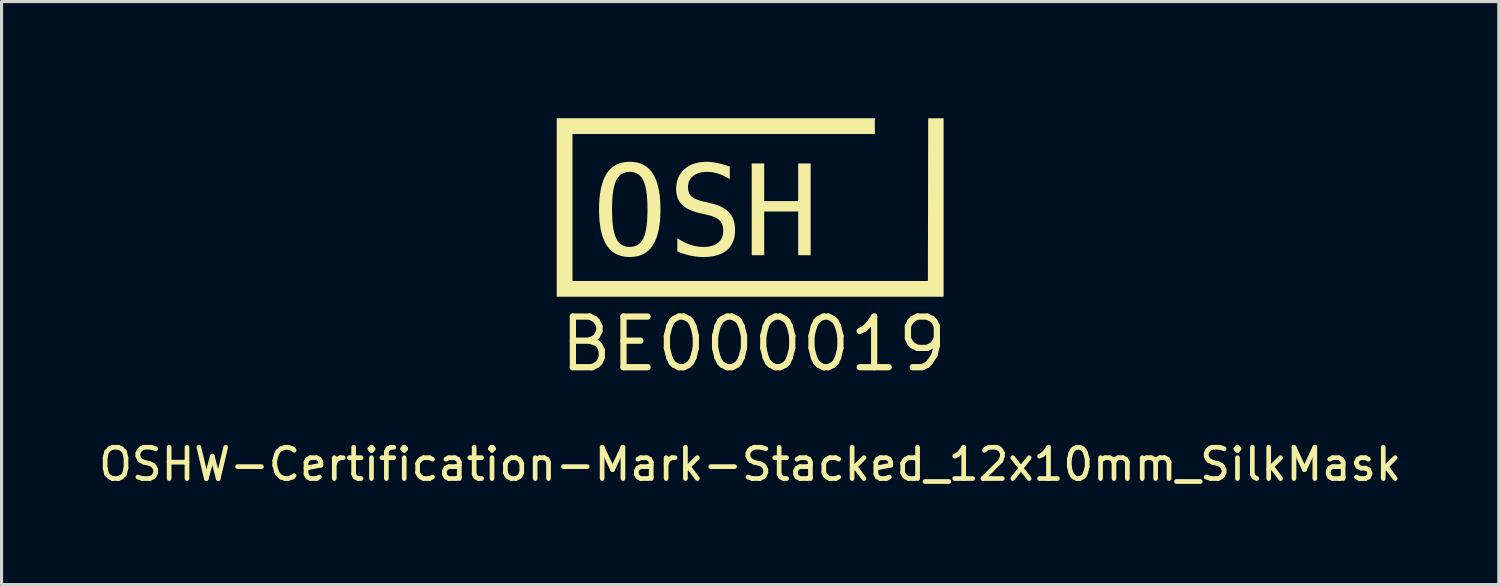
<source format=kicad_pcb>
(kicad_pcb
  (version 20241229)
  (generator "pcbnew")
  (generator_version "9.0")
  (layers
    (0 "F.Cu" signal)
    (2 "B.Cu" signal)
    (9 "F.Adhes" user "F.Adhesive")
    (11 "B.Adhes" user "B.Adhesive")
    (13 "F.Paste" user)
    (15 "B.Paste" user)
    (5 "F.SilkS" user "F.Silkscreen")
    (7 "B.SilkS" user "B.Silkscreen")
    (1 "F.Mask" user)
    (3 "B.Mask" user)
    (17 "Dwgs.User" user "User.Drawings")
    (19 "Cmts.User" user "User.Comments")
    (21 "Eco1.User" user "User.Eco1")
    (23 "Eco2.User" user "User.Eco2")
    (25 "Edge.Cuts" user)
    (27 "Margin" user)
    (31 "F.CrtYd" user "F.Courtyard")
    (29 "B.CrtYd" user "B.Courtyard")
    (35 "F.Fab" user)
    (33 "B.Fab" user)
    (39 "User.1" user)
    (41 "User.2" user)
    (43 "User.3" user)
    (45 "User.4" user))
  (footprint "OSHW-Certification-Mark-Stacked_12x10mm_SilkMask"
    (layer "F.Cu")
    (at 20.958 4.41)
    (property "Reference" "OSHW-Certification-Mark-Stacked_12x10mm_SilkMask" (at 0.000231 7.4 0) (unlocked yes) (layer "F.SilkS") (effects (font (size 1 1) (thickness 0.15))))
    (attr board_only exclude_from_pos_files exclude_from_bom allow_missing_courtyard)
    (fp_poly (pts (xy 4.19 0.708) (xy 3.814 0.708) (xy 3.415 -1.037) (xy 3.018 0.708) (xy 2.642 0.708) (xy 2.204 -2.229) (xy 2.591 -2.229) (xy 2.872 0.155) (xy 3.207 -1.422) (xy 3.622 -1.422) (xy 3.96 0.159) (xy 4.912 -4.41) (xy 5.3 -4.41)) (stroke (width 0) (type solid)) (fill yes) (layer "F.Mask"))
    (fp_poly (pts (xy -2.871 -0.758) (xy -2.871 -0.758) (xy -2.871 -0.758)) (stroke (width 0) (type solid)) (fill yes) (layer "F.SilkS"))
    (fp_poly (pts (xy 6.191 2.037) (xy -6.191 2.037) (xy -6.191 -3.674) (xy -6.191 -3.674) (xy 3.991 -3.674) (xy 3.991 -3.171) (xy -5.687 -3.171) (xy -5.687 1.533) (xy 5.688 1.533) (xy 5.698 -3.674) (xy 6.191 -3.674)) (stroke (width 0) (type solid)) (fill yes) (layer "F.SilkS"))
    (fp_poly (pts (xy 0.449 -1.025) (xy 1.537 -1.025) (xy 1.537 -2.229) (xy 1.936 -2.229) (xy 1.936 0.708) (xy 1.537 0.708) (xy 1.537 -0.691) (xy 0.449 -0.691) (xy 0.449 0.708) (xy 0.05 0.708) (xy 0.05 -2.229) (xy 0.449 -2.229)) (stroke (width 0) (type solid)) (fill yes) (layer "F.SilkS"))
    (fp_poly (pts (xy -3.793 -2.28) (xy -3.734 -2.276) (xy -3.677 -2.268) (xy -3.621 -2.258) (xy -3.568 -2.245) (xy -3.517 -2.229) (xy -3.468 -2.209) (xy -3.42 -2.187) (xy -3.375 -2.162) (xy -3.332 -2.134) (xy -3.291 -2.103) (xy -3.252 -2.069) (xy -3.214 -2.032) (xy -3.179 -1.993) (xy -3.146 -1.95) (xy -3.115 -1.904) (xy -3.085 -1.855) (xy -3.057 -1.804) (xy -3.032 -1.749) (xy -3.008 -1.691) (xy -2.986 -1.63) (xy -2.966 -1.566) (xy -2.948 -1.499) (xy -2.932 -1.429) (xy -2.917 -1.356) (xy -2.905 -1.279) (xy -2.895 -1.2) (xy -2.886 -1.118) (xy -2.879 -1.032) (xy -2.875 -0.944) (xy -2.872 -0.852) (xy -2.871 -0.758) (xy -2.872 -0.663) (xy -2.875 -0.572) (xy -2.879 -0.484) (xy -2.886 -0.398) (xy -2.895 -0.316) (xy -2.905 -0.237) (xy -2.917 -0.161) (xy -2.932 -0.088) (xy -2.948 -0.018) (xy -2.966 0.049) (xy -2.986 0.113) (xy -3.008 0.174) (xy -3.032 0.232) (xy -3.057 0.286) (xy -3.085 0.338) (xy -3.115 0.387) (xy -3.13 0.41) (xy -3.146 0.433) (xy -3.162 0.454) (xy -3.179 0.475) (xy -3.196 0.496) (xy -3.214 0.515) (xy -3.233 0.534) (xy -3.252 0.552) (xy -3.271 0.57) (xy -3.291 0.586) (xy -3.311 0.602) (xy -3.332 0.617) (xy -3.353 0.631) (xy -3.375 0.645) (xy -3.398 0.658) (xy -3.42 0.67) (xy -3.444 0.682) (xy -3.468 0.692) (xy -3.492 0.702) (xy -3.517 0.711) (xy -3.542 0.72) (xy -3.568 0.728) (xy -3.594 0.735) (xy -3.621 0.741) (xy -3.649 0.747) (xy -3.677 0.751) (xy -3.734 0.759) (xy -3.793 0.763) (xy -3.854 0.765) (xy -3.915 0.763) (xy -3.975 0.759) (xy -4.032 0.751) (xy -4.087 0.741) (xy -4.14 0.728) (xy -4.191 0.712) (xy -4.241 0.693) (xy -4.288 0.671) (xy -4.333 0.646) (xy -4.376 0.618) (xy -4.417 0.587) (xy -4.457 0.553) (xy -4.494 0.517) (xy -4.529 0.477) (xy -4.562 0.434) (xy -4.594 0.389) (xy -4.623 0.34) (xy -4.65 0.289) (xy -4.676 0.234) (xy -4.699 0.176) (xy -4.721 0.116) (xy -4.741 0.052) (xy -4.759 -0.015) (xy -4.775 -0.086) (xy -4.789 -0.159) (xy -4.801 -0.235) (xy -4.812 -0.314) (xy -4.82 -0.397) (xy -4.827 -0.482) (xy -4.832 -0.571) (xy -4.835 -0.663) (xy -4.835 -0.758) (xy -4.421 -0.758) (xy -4.418 -0.602) (xy -4.412 -0.458) (xy -4.402 -0.326) (xy -4.388 -0.204) (xy -4.379 -0.148) (xy -4.369 -0.095) (xy -4.358 -0.044) (xy -4.346 0.003) (xy -4.334 0.048) (xy -4.32 0.09) (xy -4.305 0.129) (xy -4.289 0.165) (xy -4.271 0.198) (xy -4.262 0.214) (xy -4.253 0.23) (xy -4.243 0.245) (xy -4.233 0.259) (xy -4.222 0.273) (xy -4.211 0.286) (xy -4.2 0.299) (xy -4.189 0.311) (xy -4.177 0.323) (xy -4.165 0.334) (xy -4.153 0.344) (xy -4.14 0.354) (xy -4.127 0.364) (xy -4.113 0.373) (xy -4.099 0.381) (xy -4.085 0.389) (xy -4.071 0.396) (xy -4.056 0.403) (xy -4.041 0.409) (xy -4.026 0.415) (xy -4.01 0.42) (xy -3.994 0.425) (xy -3.978 0.429) (xy -3.961 0.432) (xy -3.944 0.435) (xy -3.927 0.438) (xy -3.909 0.44) (xy -3.891 0.441) (xy -3.854 0.442) (xy -3.817 0.441) (xy -3.781 0.438) (xy -3.747 0.432) (xy -3.713 0.425) (xy -3.682 0.415) (xy -3.651 0.403) (xy -3.622 0.389) (xy -3.594 0.373) (xy -3.568 0.355) (xy -3.542 0.334) (xy -3.519 0.312) (xy -3.496 0.287) (xy -3.475 0.26) (xy -3.455 0.231) (xy -3.437 0.2) (xy -3.419 0.167) (xy -3.403 0.131) (xy -3.388 0.092) (xy -3.374 0.05) (xy -3.361 0.005) (xy -3.349 -0.043) (xy -3.338 -0.093) (xy -3.328 -0.147) (xy -3.319 -0.203) (xy -3.311 -0.262) (xy -3.305 -0.324) (xy -3.299 -0.389) (xy -3.294 -0.457) (xy -3.29 -0.528) (xy -3.288 -0.602) (xy -3.286 -0.678) (xy -3.286 -0.758) (xy -3.288 -0.914) (xy -3.294 -1.058) (xy -3.305 -1.191) (xy -3.319 -1.312) (xy -3.328 -1.369) (xy -3.338 -1.422) (xy -3.349 -1.473) (xy -3.361 -1.52) (xy -3.374 -1.565) (xy -3.388 -1.607) (xy -3.403 -1.646) (xy -3.419 -1.682) (xy -3.437 -1.716) (xy -3.446 -1.732) (xy -3.455 -1.747) (xy -3.465 -1.762) (xy -3.475 -1.776) (xy -3.485 -1.79) (xy -3.496 -1.803) (xy -3.507 -1.816) (xy -3.519 -1.828) (xy -3.53 -1.84) (xy -3.542 -1.851) (xy -3.555 -1.861) (xy -3.568 -1.872) (xy -3.581 -1.881) (xy -3.594 -1.89) (xy -3.608 -1.898) (xy -3.622 -1.906) (xy -3.636 -1.913) (xy -3.651 -1.92) (xy -3.666 -1.927) (xy -3.682 -1.932) (xy -3.697 -1.937) (xy -3.713 -1.942) (xy -3.73 -1.946) (xy -3.747 -1.95) (xy -3.764 -1.953) (xy -3.781 -1.955) (xy -3.799 -1.957) (xy -3.817 -1.958) (xy -3.854 -1.959) (xy -3.891 -1.958) (xy -3.927 -1.955) (xy -3.961 -1.95) (xy -3.994 -1.942) (xy -4.026 -1.932) (xy -4.056 -1.92) (xy -4.085 -1.906) (xy -4.113 -1.89) (xy -4.14 -1.872) (xy -4.165 -1.851) (xy -4.189 -1.828) (xy -4.211 -1.803) (xy -4.233 -1.776) (xy -4.253 -1.747) (xy -4.271 -1.716) (xy -4.289 -1.682) (xy -4.305 -1.646) (xy -4.32 -1.607) (xy -4.334 -1.565) (xy -4.346 -1.52) (xy -4.358 -1.473) (xy -4.369 -1.422) (xy -4.379 -1.369) (xy -4.388 -1.312) (xy -4.395 -1.253) (xy -4.402 -1.191) (xy -4.408 -1.126) (xy -4.412 -1.058) (xy -4.416 -0.987) (xy -4.418 -0.914) (xy -4.42 -0.837) (xy -4.421 -0.758) (xy -4.835 -0.758) (xy -4.835 -0.758) (xy -4.835 -0.852) (xy -4.832 -0.944) (xy -4.827 -1.032) (xy -4.82 -1.118) (xy -4.812 -1.2) (xy -4.801 -1.279) (xy -4.789 -1.356) (xy -4.775 -1.429) (xy -4.759 -1.499) (xy -4.741 -1.566) (xy -4.721 -1.63) (xy -4.699 -1.691) (xy -4.676 -1.749) (xy -4.65 -1.804) (xy -4.623 -1.855) (xy -4.594 -1.904) (xy -4.578 -1.927) (xy -4.562 -1.95) (xy -4.546 -1.972) (xy -4.529 -1.993) (xy -4.511 -2.013) (xy -4.493 -2.032) (xy -4.475 -2.051) (xy -4.456 -2.069) (xy -4.436 -2.087) (xy -4.417 -2.103) (xy -4.396 -2.119) (xy -4.375 -2.134) (xy -4.354 -2.149) (xy -4.332 -2.162) (xy -4.31 -2.175) (xy -4.287 -2.187) (xy -4.263 -2.199) (xy -4.24 -2.209) (xy -4.215 -2.219) (xy -4.19 -2.229) (xy -4.165 -2.237) (xy -4.139 -2.245) (xy -4.113 -2.252) (xy -4.086 -2.258) (xy -4.031 -2.268) (xy -3.974 -2.276) (xy -3.915 -2.28) (xy -3.854 -2.282)) (stroke (width 0) (type solid)) (fill yes) (layer "F.SilkS"))
    (fp_poly (pts (xy -1.359 -2.281) (xy -1.315 -2.279) (xy -1.272 -2.276) (xy -1.228 -2.271) (xy -1.183 -2.266) (xy -1.137 -2.259) (xy -1.092 -2.251) (xy -1.045 -2.242) (xy -0.998 -2.232) (xy -0.95 -2.221) (xy -0.902 -2.208) (xy -0.853 -2.195) (xy -0.804 -2.18) (xy -0.754 -2.164) (xy -0.703 -2.146) (xy -0.652 -2.128) (xy -0.652 -1.725) (xy -0.697 -1.753) (xy -0.742 -1.779) (xy -0.788 -1.804) (xy -0.833 -1.826) (xy -0.879 -1.847) (xy -0.924 -1.867) (xy -0.97 -1.884) (xy -1.016 -1.9) (xy -1.061 -1.914) (xy -1.106 -1.926) (xy -1.152 -1.936) (xy -1.198 -1.944) (xy -1.243 -1.95) (xy -1.289 -1.955) (xy -1.335 -1.958) (xy -1.381 -1.959) (xy -1.416 -1.958) (xy -1.45 -1.957) (xy -1.483 -1.954) (xy -1.515 -1.95) (xy -1.546 -1.946) (xy -1.576 -1.94) (xy -1.605 -1.934) (xy -1.633 -1.926) (xy -1.66 -1.917) (xy -1.687 -1.907) (xy -1.712 -1.896) (xy -1.737 -1.885) (xy -1.761 -1.872) (xy -1.783 -1.858) (xy -1.805 -1.843) (xy -1.826 -1.827) (xy -1.846 -1.81) (xy -1.864 -1.793) (xy -1.881 -1.775) (xy -1.897 -1.756) (xy -1.912 -1.737) (xy -1.925 -1.717) (xy -1.937 -1.696) (xy -1.948 -1.674) (xy -1.958 -1.652) (xy -1.966 -1.629) (xy -1.973 -1.605) (xy -1.979 -1.58) (xy -1.983 -1.555) (xy -1.987 -1.529) (xy -1.988 -1.502) (xy -1.989 -1.475) (xy -1.989 -1.451) (xy -1.987 -1.428) (xy -1.985 -1.405) (xy -1.982 -1.383) (xy -1.979 -1.362) (xy -1.974 -1.342) (xy -1.969 -1.322) (xy -1.963 -1.303) (xy -1.956 -1.285) (xy -1.948 -1.268) (xy -1.939 -1.251) (xy -1.929 -1.235) (xy -1.919 -1.22) (xy -1.908 -1.205) (xy -1.896 -1.191) (xy -1.883 -1.178) (xy -1.869 -1.165) (xy -1.853 -1.153) (xy -1.836 -1.141) (xy -1.817 -1.129) (xy -1.797 -1.117) (xy -1.776 -1.106) (xy -1.753 -1.095) (xy -1.729 -1.084) (xy -1.703 -1.073) (xy -1.675 -1.063) (xy -1.647 -1.053) (xy -1.617 -1.043) (xy -1.585 -1.034) (xy -1.552 -1.025) (xy -1.518 -1.016) (xy -1.482 -1.007) (xy -1.273 -0.96) (xy -1.223 -0.947) (xy -1.174 -0.934) (xy -1.126 -0.92) (xy -1.081 -0.905) (xy -1.037 -0.889) (xy -0.995 -0.872) (xy -0.955 -0.854) (xy -0.916 -0.836) (xy -0.88 -0.816) (xy -0.845 -0.796) (xy -0.811 -0.775) (xy -0.78 -0.753) (xy -0.75 -0.73) (xy -0.722 -0.707) (xy -0.696 -0.682) (xy -0.671 -0.657) (xy -0.649 -0.63) (xy -0.627 -0.603) (xy -0.607 -0.574) (xy -0.589 -0.544) (xy -0.572 -0.513) (xy -0.556 -0.481) (xy -0.542 -0.447) (xy -0.53 -0.413) (xy -0.519 -0.377) (xy -0.509 -0.34) (xy -0.501 -0.302) (xy -0.494 -0.263) (xy -0.489 -0.223) (xy -0.486 -0.181) (xy -0.483 -0.138) (xy -0.483 -0.094) (xy -0.484 -0.043) (xy -0.487 0.007) (xy -0.492 0.056) (xy -0.499 0.103) (xy -0.508 0.148) (xy -0.519 0.192) (xy -0.532 0.234) (xy -0.548 0.275) (xy -0.565 0.314) (xy -0.584 0.352) (xy -0.605 0.388) (xy -0.629 0.422) (xy -0.654 0.455) (xy -0.681 0.487) (xy -0.711 0.517) (xy -0.742 0.545) (xy -0.776 0.572) (xy -0.811 0.596) (xy -0.848 0.62) (xy -0.887 0.641) (xy -0.928 0.661) (xy -0.97 0.679) (xy -1.015 0.695) (xy -1.061 0.71) (xy -1.109 0.723) (xy -1.159 0.734) (xy -1.211 0.744) (xy -1.264 0.751) (xy -1.32 0.757) (xy -1.377 0.762) (xy -1.436 0.764) (xy -1.497 0.765) (xy -1.549 0.764) (xy -1.601 0.762) (xy -1.653 0.759) (xy -1.704 0.754) (xy -1.756 0.747) (xy -1.808 0.74) (xy -1.86 0.73) (xy -1.912 0.72) (xy -1.965 0.708) (xy -2.017 0.695) (xy -2.069 0.681) (xy -2.121 0.665) (xy -2.174 0.648) (xy -2.226 0.63) (xy -2.279 0.61) (xy -2.331 0.588) (xy -2.331 0.165) (xy -2.275 0.2) (xy -2.22 0.232) (xy -2.165 0.262) (xy -2.112 0.29) (xy -2.059 0.315) (xy -2.006 0.337) (xy -1.955 0.358) (xy -1.905 0.376) (xy -1.854 0.391) (xy -1.803 0.405) (xy -1.752 0.416) (xy -1.701 0.426) (xy -1.651 0.433) (xy -1.6 0.438) (xy -1.549 0.442) (xy -1.497 0.443) (xy -1.46 0.442) (xy -1.424 0.44) (xy -1.389 0.438) (xy -1.355 0.434) (xy -1.322 0.43) (xy -1.291 0.424) (xy -1.26 0.417) (xy -1.23 0.409) (xy -1.201 0.4) (xy -1.174 0.39) (xy -1.147 0.379) (xy -1.121 0.367) (xy -1.097 0.354) (xy -1.073 0.34) (xy -1.051 0.325) (xy -1.029 0.309) (xy -1.009 0.291) (xy -0.99 0.273) (xy -0.973 0.254) (xy -0.956 0.234) (xy -0.941 0.214) (xy -0.928 0.192) (xy -0.915 0.17) (xy -0.904 0.147) (xy -0.894 0.123) (xy -0.886 0.098) (xy -0.879 0.072) (xy -0.873 0.046) (xy -0.868 0.018) (xy -0.865 -0.01) (xy -0.863 -0.039) (xy -0.862 -0.069) (xy -0.863 -0.096) (xy -0.864 -0.122) (xy -0.866 -0.148) (xy -0.869 -0.172) (xy -0.874 -0.196) (xy -0.879 -0.219) (xy -0.884 -0.242) (xy -0.891 -0.263) (xy -0.899 -0.284) (xy -0.908 -0.303) (xy -0.917 -0.322) (xy -0.927 -0.341) (xy -0.939 -0.358) (xy -0.951 -0.374) (xy -0.964 -0.39) (xy -0.978 -0.405) (xy -0.993 -0.419) (xy -1.009 -0.433) (xy -1.027 -0.447) (xy -1.046 -0.46) (xy -1.066 -0.472) (xy -1.088 -0.485) (xy -1.111 -0.496) (xy -1.135 -0.508) (xy -1.161 -0.519) (xy -1.188 -0.529) (xy -1.216 -0.54) (xy -1.246 -0.549) (xy -1.277 -0.559) (xy -1.309 -0.567) (xy -1.343 -0.576) (xy -1.377 -0.584) (xy -1.59 -0.633) (xy -1.64 -0.645) (xy -1.689 -0.658) (xy -1.735 -0.671) (xy -1.78 -0.685) (xy -1.824 -0.7) (xy -1.865 -0.716) (xy -1.905 -0.732) (xy -1.943 -0.749) (xy -1.979 -0.767) (xy -2.014 -0.786) (xy -2.046 -0.805) (xy -2.077 -0.825) (xy -2.107 -0.846) (xy -2.134 -0.867) (xy -2.16 -0.889) (xy -2.184 -0.912) (xy -2.206 -0.936) (xy -2.227 -0.961) (xy -2.247 -0.987) (xy -2.265 -1.014) (xy -2.281 -1.042) (xy -2.296 -1.071) (xy -2.31 -1.1) (xy -2.322 -1.131) (xy -2.333 -1.163) (xy -2.343 -1.196) (xy -2.351 -1.23) (xy -2.357 -1.265) (xy -2.362 -1.3) (xy -2.366 -1.337) (xy -2.368 -1.375) (xy -2.369 -1.414) (xy -2.368 -1.463) (xy -2.365 -1.51) (xy -2.359 -1.556) (xy -2.352 -1.601) (xy -2.343 -1.644) (xy -2.332 -1.687) (xy -2.318 -1.728) (xy -2.303 -1.768) (xy -2.285 -1.807) (xy -2.266 -1.844) (xy -2.244 -1.88) (xy -2.22 -1.915) (xy -2.195 -1.949) (xy -2.167 -1.982) (xy -2.137 -2.013) (xy -2.105 -2.043) (xy -2.071 -2.072) (xy -2.036 -2.099) (xy -1.999 -2.124) (xy -1.962 -2.147) (xy -1.922 -2.169) (xy -1.882 -2.188) (xy -1.84 -2.206) (xy -1.796 -2.222) (xy -1.752 -2.236) (xy -1.706 -2.248) (xy -1.658 -2.258) (xy -1.61 -2.266) (xy -1.559 -2.273) (xy -1.508 -2.278) (xy -1.455 -2.28) (xy -1.401 -2.281)) (stroke (width 0) (type solid)) (fill yes) (layer "F.SilkS"))
    (fp_text user "BE000019" (at -6.191 4.5 0) (unlocked yes) (layer "F.SilkS") (effects (font (size 1.62 1.62) (thickness 0.2)) (justify left bottom))))
  (gr_rect
    (start -3 -3)
    (end 44.917 15.658)
    (stroke (width 0.1) (type default))
    (fill no)
    (layer "Edge.Cuts")))
</source>
